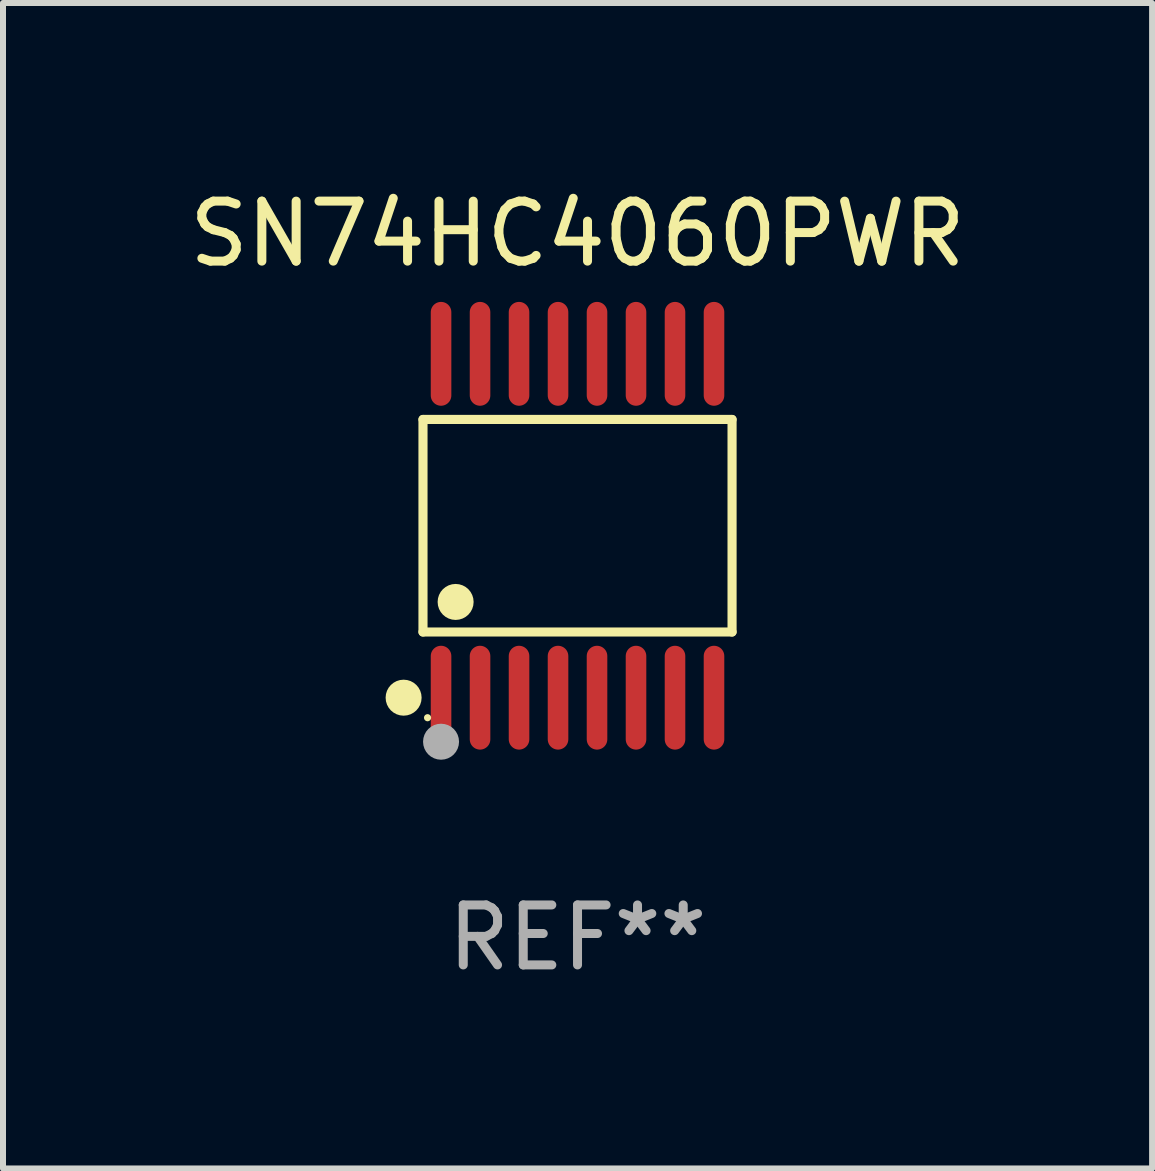
<source format=kicad_pcb>
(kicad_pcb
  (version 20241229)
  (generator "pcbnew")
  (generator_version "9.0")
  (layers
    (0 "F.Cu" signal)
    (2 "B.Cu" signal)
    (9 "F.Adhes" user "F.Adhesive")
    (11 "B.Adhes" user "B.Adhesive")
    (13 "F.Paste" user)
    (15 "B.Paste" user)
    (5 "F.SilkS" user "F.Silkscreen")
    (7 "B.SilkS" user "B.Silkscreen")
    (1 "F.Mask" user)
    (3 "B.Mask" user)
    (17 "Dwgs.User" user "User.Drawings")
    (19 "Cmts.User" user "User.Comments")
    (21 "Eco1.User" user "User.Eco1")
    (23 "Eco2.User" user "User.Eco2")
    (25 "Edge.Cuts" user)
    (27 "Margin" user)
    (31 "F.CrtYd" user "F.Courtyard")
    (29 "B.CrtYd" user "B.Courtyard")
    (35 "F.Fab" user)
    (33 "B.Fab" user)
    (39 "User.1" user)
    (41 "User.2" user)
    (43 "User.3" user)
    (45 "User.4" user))
  (footprint "SN74HC4060PWR"
    (layer "F.Cu")
    (at 6.577 5.714)
    (property "Reference" "SN74HC4060PWR" (at 0 -4.866 0) (layer "F.SilkS") (effects (font (size 1 1) (thickness 0.15))))
    (attr through_hole)
    (fp_line (start -2.576 -1.772) (end 2.576 -1.772) (stroke (width 0.152) (type solid)) (layer "F.SilkS"))
    (fp_line (start -2.576 1.771) (end -2.576 -1.772) (stroke (width 0.152) (type solid)) (layer "F.SilkS"))
    (fp_line (start 2.576 -1.772) (end 2.576 1.771) (stroke (width 0.152) (type solid)) (layer "F.SilkS"))
    (fp_line (start 2.576 1.771) (end -2.576 1.771) (stroke (width 0.152) (type solid)) (layer "F.SilkS"))
    (fp_circle (center -2.899 2.866) (end -2.749 2.866) (stroke (width 0.3) (type solid)) (fill no) (layer "F.SilkS"))
    (fp_circle (center -2.5 3.2) (end -2.47 3.2) (stroke (width 0.06) (type solid)) (fill no) (layer "F.SilkS"))
    (fp_circle (center -2.032 1.27) (end -1.882 1.27) (stroke (width 0.3) (type solid)) (fill no) (layer "F.SilkS"))
    (fp_circle (center -2.275 3.6) (end -2.125 3.6) (stroke (width 0.3) (type solid)) (fill no) (layer "F.Fab"))
    (fp_text user "REF**" (at 0 6.866 0) (layer "F.Fab") (effects (font (size 1 1) (thickness 0.15))))
    (pad "1" smd oval (at -2.275 2.866) (size 0.343 1.731) (layers "F.Cu" "F.Mask" "F.Paste"))
    (pad "2" smd oval (at -1.625 2.866) (size 0.343 1.731) (layers "F.Cu" "F.Mask" "F.Paste"))
    (pad "3" smd oval (at -0.975 2.866) (size 0.343 1.731) (layers "F.Cu" "F.Mask" "F.Paste"))
    (pad "4" smd oval (at -0.325 2.866) (size 0.343 1.731) (layers "F.Cu" "F.Mask" "F.Paste"))
    (pad "5" smd oval (at 0.325 2.866) (size 0.343 1.731) (layers "F.Cu" "F.Mask" "F.Paste"))
    (pad "6" smd oval (at 0.975 2.866) (size 0.343 1.731) (layers "F.Cu" "F.Mask" "F.Paste"))
    (pad "7" smd oval (at 1.625 2.866) (size 0.343 1.731) (layers "F.Cu" "F.Mask" "F.Paste"))
    (pad "8" smd oval (at 2.275 2.866) (size 0.343 1.731) (layers "F.Cu" "F.Mask" "F.Paste"))
    (pad "9" smd oval (at 2.275 -2.866) (size 0.343 1.731) (layers "F.Cu" "F.Mask" "F.Paste"))
    (pad "10" smd oval (at 1.625 -2.866) (size 0.343 1.731) (layers "F.Cu" "F.Mask" "F.Paste"))
    (pad "11" smd oval (at 0.975 -2.866) (size 0.343 1.731) (layers "F.Cu" "F.Mask" "F.Paste"))
    (pad "12" smd oval (at 0.325 -2.866) (size 0.343 1.731) (layers "F.Cu" "F.Mask" "F.Paste"))
    (pad "13" smd oval (at -0.325 -2.866) (size 0.343 1.731) (layers "F.Cu" "F.Mask" "F.Paste"))
    (pad "14" smd oval (at -0.975 -2.866) (size 0.343 1.731) (layers "F.Cu" "F.Mask" "F.Paste"))
    (pad "15" smd oval (at -1.625 -2.866) (size 0.343 1.731) (layers "F.Cu" "F.Mask" "F.Paste"))
    (pad "16" smd oval (at -2.275 -2.866) (size 0.343 1.731) (layers "F.Cu" "F.Mask" "F.Paste")))
  (gr_rect
    (start -3 -3)
    (end 16.155 16.428)
    (stroke (width 0.1) (type default))
    (fill no)
    (layer "Edge.Cuts")))
</source>
